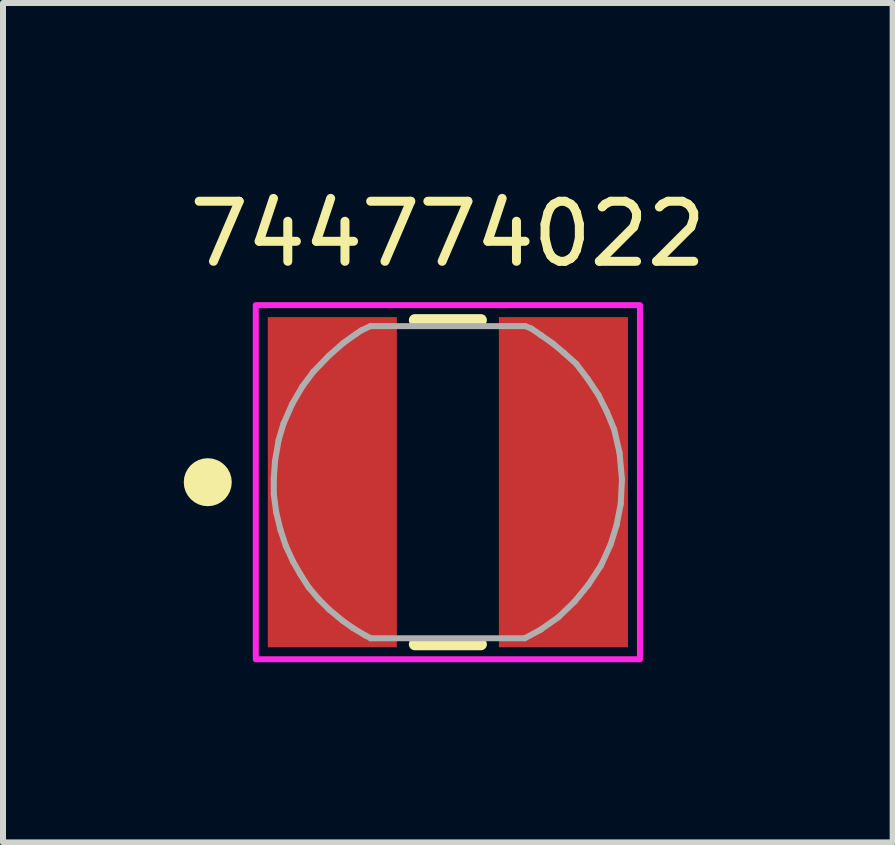
<source format=kicad_pcb>
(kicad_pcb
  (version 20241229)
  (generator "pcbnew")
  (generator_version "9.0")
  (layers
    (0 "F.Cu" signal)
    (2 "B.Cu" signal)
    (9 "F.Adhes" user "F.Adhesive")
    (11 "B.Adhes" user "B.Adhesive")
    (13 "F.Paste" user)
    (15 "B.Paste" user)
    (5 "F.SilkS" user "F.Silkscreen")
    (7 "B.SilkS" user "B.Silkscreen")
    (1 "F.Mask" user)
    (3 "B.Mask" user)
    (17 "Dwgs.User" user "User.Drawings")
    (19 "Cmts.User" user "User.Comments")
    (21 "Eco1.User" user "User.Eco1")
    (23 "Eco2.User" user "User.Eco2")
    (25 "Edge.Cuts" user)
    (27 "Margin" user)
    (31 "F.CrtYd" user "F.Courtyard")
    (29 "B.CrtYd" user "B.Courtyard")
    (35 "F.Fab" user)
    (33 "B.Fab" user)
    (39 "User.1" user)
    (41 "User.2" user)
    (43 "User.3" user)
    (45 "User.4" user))
  (footprint "744774022"
    (layer "F.Cu")
    (at 4.411 4.983)
    (property "Reference" "744774022" (at 0 -4.135 0) (layer "F.SilkS") (effects (font (size 1 1) (thickness 0.15))))
    (attr smd)
    (fp_line (start -0.55 -2.7) (end 0.55 -2.7) (stroke (width 0.2) (type solid)) (layer "F.SilkS"))
    (fp_line (start -0.55 2.7) (end 0.55 2.7) (stroke (width 0.2) (type solid)) (layer "F.SilkS"))
    (fp_circle (center -4 0) (end -3.8 0) (stroke (width 0.4) (type solid)) (fill no) (layer "F.SilkS"))
    (fp_poly (pts (xy -3.2 -2.95) (xy 3.2 -2.95) (xy 3.2 2.95) (xy -3.2 2.95)) (stroke (width 0.1) (type solid)) (fill no) (layer "F.CrtYd"))
    (fp_line (start -2.9 -0.05) (end -2.88 -0.35) (stroke (width 0.1) (type solid)) (layer "F.Fab"))
    (fp_line (start -2.9 0.2) (end -2.9 -0.05) (stroke (width 0.1) (type solid)) (layer "F.Fab"))
    (fp_line (start -2.88 -0.35) (end -2.82 -0.7) (stroke (width 0.1) (type solid)) (layer "F.Fab"))
    (fp_line (start -2.86 0.5) (end -2.9 0.2) (stroke (width 0.1) (type solid)) (layer "F.Fab"))
    (fp_line (start -2.82 -0.7) (end -2.74 -0.97) (stroke (width 0.1) (type solid)) (layer "F.Fab"))
    (fp_line (start -2.79 0.79) (end -2.86 0.5) (stroke (width 0.1) (type solid)) (layer "F.Fab"))
    (fp_line (start -2.74 -0.97) (end -2.59 -1.31) (stroke (width 0.1) (type solid)) (layer "F.Fab"))
    (fp_line (start -2.7 1.06) (end -2.79 0.79) (stroke (width 0.1) (type solid)) (layer "F.Fab"))
    (fp_line (start -2.59 -1.31) (end -2.42 -1.6) (stroke (width 0.1) (type solid)) (layer "F.Fab"))
    (fp_line (start -2.58 1.32) (end -2.7 1.06) (stroke (width 0.1) (type solid)) (layer "F.Fab"))
    (fp_line (start -2.46 1.53) (end -2.58 1.32) (stroke (width 0.1) (type solid)) (layer "F.Fab"))
    (fp_line (start -2.42 -1.6) (end -2.24 -1.84) (stroke (width 0.1) (type solid)) (layer "F.Fab"))
    (fp_line (start -2.32 1.75) (end -2.46 1.53) (stroke (width 0.1) (type solid)) (layer "F.Fab"))
    (fp_line (start -2.24 -1.84) (end -1.98 -2.11) (stroke (width 0.1) (type solid)) (layer "F.Fab"))
    (fp_line (start -2.15 1.95) (end -2.32 1.75) (stroke (width 0.1) (type solid)) (layer "F.Fab"))
    (fp_line (start -1.98 -2.11) (end -1.74 -2.32) (stroke (width 0.1) (type solid)) (layer "F.Fab"))
    (fp_line (start -1.98 2.12) (end -2.15 1.95) (stroke (width 0.1) (type solid)) (layer "F.Fab"))
    (fp_line (start -1.75 2.31) (end -1.98 2.12) (stroke (width 0.1) (type solid)) (layer "F.Fab"))
    (fp_line (start -1.74 -2.32) (end -1.53 -2.47) (stroke (width 0.1) (type solid)) (layer "F.Fab"))
    (fp_line (start -1.58 2.43) (end -1.75 2.31) (stroke (width 0.1) (type solid)) (layer "F.Fab"))
    (fp_line (start -1.53 -2.47) (end -1.44 -2.53) (stroke (width 0.1) (type solid)) (layer "F.Fab"))
    (fp_line (start -1.44 -2.53) (end -1.29 -2.6) (stroke (width 0.1) (type solid)) (layer "F.Fab"))
    (fp_line (start -1.38 2.55) (end -1.58 2.43) (stroke (width 0.1) (type solid)) (layer "F.Fab"))
    (fp_line (start -1.29 -2.6) (end 1.29 -2.6) (stroke (width 0.1) (type solid)) (layer "F.Fab"))
    (fp_line (start -1.28 2.6) (end -1.38 2.55) (stroke (width 0.1) (type solid)) (layer "F.Fab"))
    (fp_line (start 1.28 2.6) (end -1.29 2.6) (stroke (width 0.1) (type solid)) (layer "F.Fab"))
    (fp_line (start 1.29 -2.6) (end 1.39 -2.56) (stroke (width 0.1) (type solid)) (layer "F.Fab"))
    (fp_line (start 1.39 -2.56) (end 1.55 -2.45) (stroke (width 0.1) (type solid)) (layer "F.Fab"))
    (fp_line (start 1.55 -2.45) (end 1.75 -2.31) (stroke (width 0.1) (type solid)) (layer "F.Fab"))
    (fp_line (start 1.56 2.45) (end 1.28 2.6) (stroke (width 0.1) (type solid)) (layer "F.Fab"))
    (fp_line (start 1.75 -2.31) (end 1.94 -2.15) (stroke (width 0.1) (type solid)) (layer "F.Fab"))
    (fp_line (start 1.84 2.25) (end 1.54 2.46) (stroke (width 0.1) (type solid)) (layer "F.Fab"))
    (fp_line (start 1.94 -2.15) (end 2.14 -1.97) (stroke (width 0.1) (type solid)) (layer "F.Fab"))
    (fp_line (start 2.11 1.99) (end 1.84 2.25) (stroke (width 0.1) (type solid)) (layer "F.Fab"))
    (fp_line (start 2.14 -1.97) (end 2.33 -1.72) (stroke (width 0.1) (type solid)) (layer "F.Fab"))
    (fp_line (start 2.33 -1.72) (end 2.51 -1.45) (stroke (width 0.1) (type solid)) (layer "F.Fab"))
    (fp_line (start 2.34 1.71) (end 2.11 1.99) (stroke (width 0.1) (type solid)) (layer "F.Fab"))
    (fp_line (start 2.51 -1.45) (end 2.65 -1.17) (stroke (width 0.1) (type solid)) (layer "F.Fab"))
    (fp_line (start 2.55 1.39) (end 2.34 1.71) (stroke (width 0.1) (type solid)) (layer "F.Fab"))
    (fp_line (start 2.65 -1.17) (end 2.77 -0.88) (stroke (width 0.1) (type solid)) (layer "F.Fab"))
    (fp_line (start 2.71 1.04) (end 2.55 1.39) (stroke (width 0.1) (type solid)) (layer "F.Fab"))
    (fp_line (start 2.77 -0.88) (end 2.86 -0.49) (stroke (width 0.1) (type solid)) (layer "F.Fab"))
    (fp_line (start 2.81 0.72) (end 2.71 1.04) (stroke (width 0.1) (type solid)) (layer "F.Fab"))
    (fp_line (start 2.86 -0.49) (end 2.9 -0.05) (stroke (width 0.1) (type solid)) (layer "F.Fab"))
    (fp_line (start 2.88 0.36) (end 2.81 0.72) (stroke (width 0.1) (type solid)) (layer "F.Fab"))
    (fp_line (start 2.9 -0.05) (end 2.88 0.36) (stroke (width 0.1) (type solid)) (layer "F.Fab"))
    (pad "1" smd rect (at -1.925 0) (size 2.15 5.5) (layers "F.Cu" "F.Mask" "F.Paste"))
    (pad "2" smd rect (at 1.925 0) (size 2.15 5.5) (layers "F.Cu" "F.Mask" "F.Paste"))
    (zone (net_name "") (layer "F.Cu") (hatch full 0.508) (connect_pads) (min_thickness 0.1) (filled_areas_thickness no) (keepout (tracks not_allowed) (vias not_allowed) (pads not_allowed) (copperpour not_allowed) (footprints allowed)) (placement (enabled no)) (fill) (polygon (pts (xy 3.611 2.233) (xy 5.211 2.233) (xy 5.211 7.733) (xy 3.611 7.733))))
    (zone (net_name "") (layers "F.Cu" "B.Cu") (hatch full 0.508) (connect_pads) (min_thickness 0.1) (filled_areas_thickness no) (keepout (tracks allowed) (vias not_allowed) (pads allowed) (copperpour allowed) (footprints allowed)) (placement (enabled no)) (fill) (polygon (pts (xy 3.611 2.233) (xy 5.211 2.233) (xy 5.211 7.733) (xy 3.611 7.733)))))
  (gr_rect
    (start -3 -3)
    (end 11.821 10.983)
    (stroke (width 0.1) (type default))
    (fill no)
    (layer "Edge.Cuts")))
</source>
